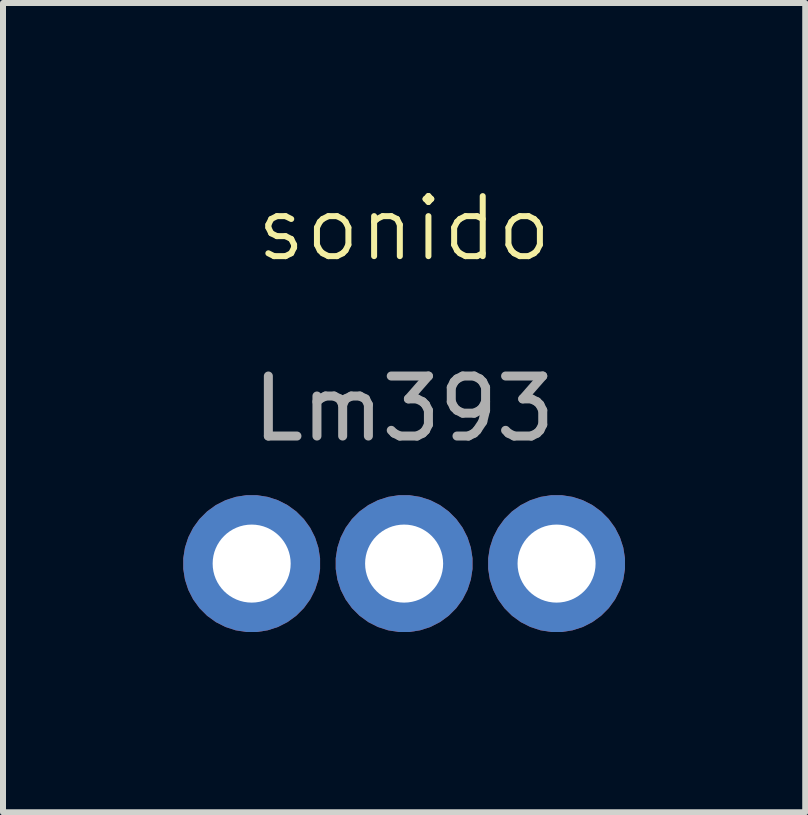
<source format=kicad_pcb>
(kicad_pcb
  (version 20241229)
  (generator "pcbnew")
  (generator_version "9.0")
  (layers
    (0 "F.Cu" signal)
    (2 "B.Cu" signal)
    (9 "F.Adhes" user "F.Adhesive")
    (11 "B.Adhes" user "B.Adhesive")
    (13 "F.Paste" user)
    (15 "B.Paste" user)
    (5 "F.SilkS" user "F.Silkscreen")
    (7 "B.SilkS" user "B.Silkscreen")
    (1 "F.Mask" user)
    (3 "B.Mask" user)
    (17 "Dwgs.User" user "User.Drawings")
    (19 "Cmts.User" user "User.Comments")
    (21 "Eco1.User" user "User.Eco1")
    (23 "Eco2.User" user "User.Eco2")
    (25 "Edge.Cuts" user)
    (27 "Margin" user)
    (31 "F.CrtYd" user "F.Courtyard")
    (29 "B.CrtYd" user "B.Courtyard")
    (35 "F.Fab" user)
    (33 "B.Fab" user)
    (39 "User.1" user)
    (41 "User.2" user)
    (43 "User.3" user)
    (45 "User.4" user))
  (footprint "sonido"
    (layer "F.Cu")
    (at 3.683 1.26)
    (property "Reference" "sonido" (at 0 -0.5 0) (unlocked yes) (layer "F.SilkS") (effects (font (size 1 1) (thickness 0.1))))
    (attr through_hole)
    (fp_text user "Lm393" (at 0 2.5 0) (unlocked yes) (layer "F.Fab") (effects (font (size 1 1) (thickness 0.15))))
    (pad "1" thru_hole custom (at -2.54 5.08) (size 2.286 2.286) (drill 1.3) (layers "*.Cu" "*.Mask") (options (anchor circle)) (primitives))
    (pad "2" thru_hole custom (at 0 5.08) (size 2.286 2.286) (drill 1.3) (layers "*.Cu" "*.Mask") (options (anchor circle)) (primitives))
    (pad "3" thru_hole custom (at 2.54 5.08) (size 2.286 2.286) (drill 1.3) (layers "*.Cu" "*.Mask") (options (anchor circle)) (primitives)))
  (gr_rect
    (start -3 -3)
    (end 10.366 10.483)
    (stroke (width 0.1) (type default))
    (fill no)
    (layer "Edge.Cuts")))
</source>
